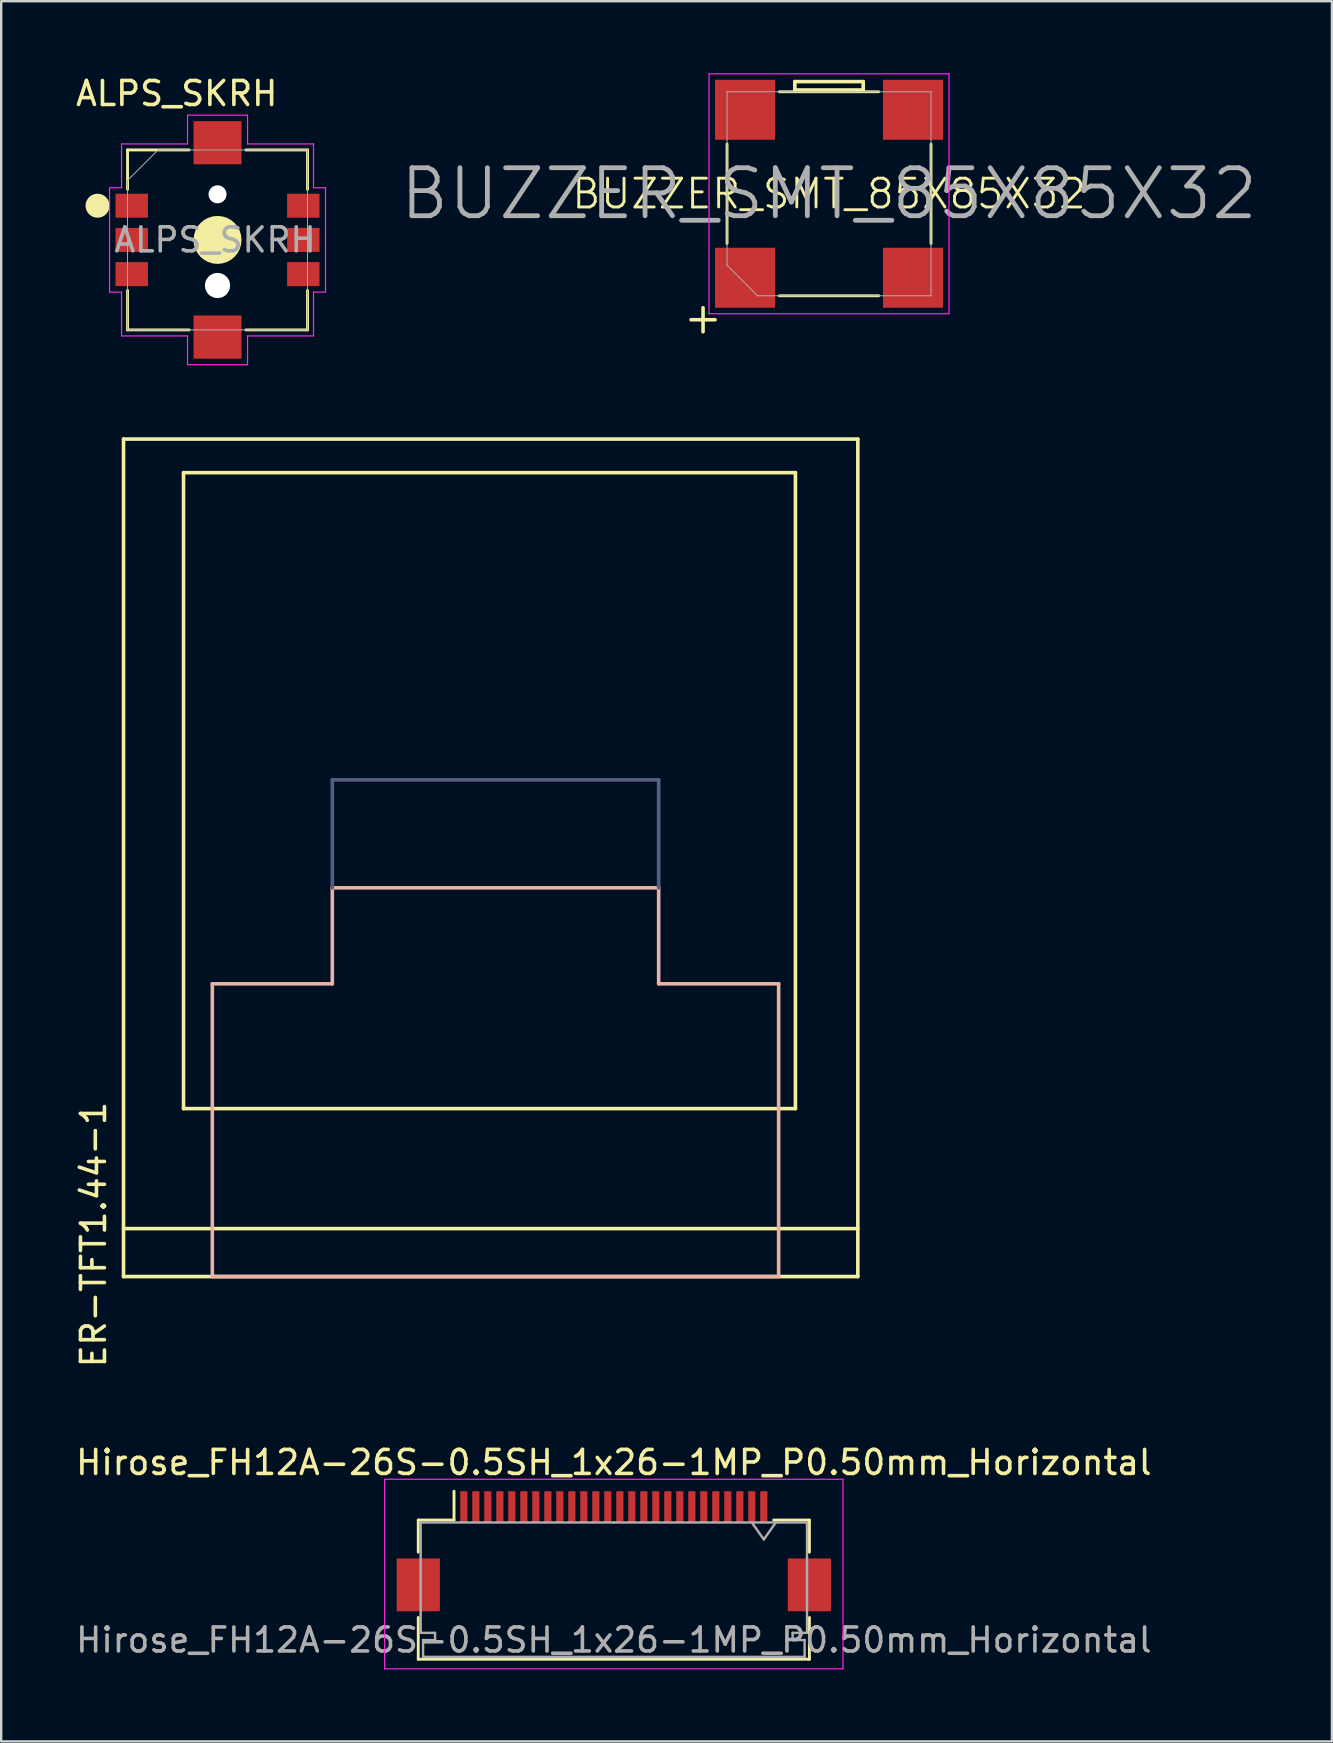
<source format=kicad_pcb>
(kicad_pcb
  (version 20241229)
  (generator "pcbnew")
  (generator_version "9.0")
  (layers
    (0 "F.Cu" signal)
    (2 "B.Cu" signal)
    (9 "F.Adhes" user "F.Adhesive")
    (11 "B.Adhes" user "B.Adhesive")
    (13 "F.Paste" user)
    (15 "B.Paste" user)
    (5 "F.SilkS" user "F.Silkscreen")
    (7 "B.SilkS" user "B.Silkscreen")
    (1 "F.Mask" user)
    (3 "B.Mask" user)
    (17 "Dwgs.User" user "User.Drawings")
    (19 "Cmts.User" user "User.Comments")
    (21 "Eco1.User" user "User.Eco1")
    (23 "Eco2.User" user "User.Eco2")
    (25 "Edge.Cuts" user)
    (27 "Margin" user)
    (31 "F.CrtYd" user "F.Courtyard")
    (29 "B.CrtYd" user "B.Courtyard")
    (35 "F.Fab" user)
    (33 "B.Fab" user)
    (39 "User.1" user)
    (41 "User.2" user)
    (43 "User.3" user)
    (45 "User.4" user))
  (footprint "ER-TFT1.44-1"
    (layer "F.Cu")
    (at 17.098 30.148)
    (property "Reference" "ER-TFT1.44-1" (at -16.25 18.25 90) (layer "F.SilkS") (effects (font (size 1 1) (thickness 0.15))))
    (attr exclude_from_pos_files exclude_from_bom)
    (fp_line (start -15 -14.9) (end -15 20) (stroke (width 0.15) (type solid)) (layer "F.SilkS"))
    (fp_line (start -15 18) (end 15.6 18) (stroke (width 0.15) (type solid)) (layer "F.SilkS"))
    (fp_line (start -15 20) (end 15.6 20) (stroke (width 0.15) (type solid)) (layer "F.SilkS"))
    (fp_line (start -12.5 -13.5) (end -12.5 13) (stroke (width 0.15) (type solid)) (layer "F.SilkS"))
    (fp_line (start -12.5 13) (end 13 13) (stroke (width 0.15) (type solid)) (layer "F.SilkS"))
    (fp_line (start 13 -13.5) (end -12.5 -13.5) (stroke (width 0.15) (type solid)) (layer "F.SilkS"))
    (fp_line (start 13 13) (end 13 -13.5) (stroke (width 0.15) (type solid)) (layer "F.SilkS"))
    (fp_line (start 15.6 -14.9) (end -15 -14.9) (stroke (width 0.15) (type solid)) (layer "F.SilkS"))
    (fp_line (start 15.6 20) (end 15.6 -14.9) (stroke (width 0.15) (type solid)) (layer "F.SilkS"))
    (fp_line (start -11.3 7.8) (end -6.3 7.8) (stroke (width 0.15) (type solid)) (layer "B.SilkS"))
    (fp_line (start -11.3 20) (end -11.3 7.8) (stroke (width 0.15) (type solid)) (layer "B.SilkS"))
    (fp_line (start -6.3 3.8) (end 7.3 3.8) (stroke (width 0.15) (type solid)) (layer "B.SilkS"))
    (fp_line (start -6.3 7.8) (end -6.3 3.8) (stroke (width 0.15) (type solid)) (layer "B.SilkS"))
    (fp_line (start 7.3 3.8) (end 7.3 7.8) (stroke (width 0.15) (type solid)) (layer "B.SilkS"))
    (fp_line (start 7.3 7.8) (end 12.3 7.8) (stroke (width 0.15) (type solid)) (layer "B.SilkS"))
    (fp_line (start 12.3 7.8) (end 12.3 20) (stroke (width 0.15) (type solid)) (layer "B.SilkS"))
    (fp_line (start 12.3 20) (end -11.3 20) (stroke (width 0.15) (type solid)) (layer "B.SilkS"))
    (fp_line (start -6.3 -0.7) (end 7.3 -0.7) (stroke (width 0.15) (type solid)) (layer "B.Fab"))
    (fp_line (start -6.3 3.8) (end -6.3 -0.7) (stroke (width 0.15) (type solid)) (layer "B.Fab"))
    (fp_line (start 7.3 -0.7) (end 7.3 3.8) (stroke (width 0.15) (type solid)) (layer "B.Fab")))
  (footprint "BUZZER_SMT_85X85X32"
    (layer "F.Cu")
    (at 31.498 5.025)
    (property "Reference" "BUZZER_SMT_85X85X32" (at 0 0 0) (layer "F.SilkS") (effects (font (size 1.2 1.2) (thickness 0.12))))
    (attr smd)
    (fp_line (start -5.25 4.75) (end -5.25 5.75) (stroke (width 0.15) (type solid)) (layer "F.SilkS"))
    (fp_line (start -4.75 5.25) (end -5.75 5.25) (stroke (width 0.15) (type solid)) (layer "F.SilkS"))
    (fp_line (start -4.25 2.07) (end -4.25 -2.07) (stroke (width 0.12) (type solid)) (layer "F.SilkS"))
    (fp_line (start -2.07 -4.25) (end 2.07 -4.25) (stroke (width 0.12) (type solid)) (layer "F.SilkS"))
    (fp_line (start -2.07 4.25) (end 2.07 4.25) (stroke (width 0.12) (type solid)) (layer "F.SilkS"))
    (fp_line (start -1.425 -4.675) (end 1.425 -4.675) (stroke (width 0.15) (type solid)) (layer "F.SilkS"))
    (fp_line (start -1.425 -4.325) (end -1.425 -4.675) (stroke (width 0.15) (type solid)) (layer "F.SilkS"))
    (fp_line (start 1.425 -4.675) (end 1.425 -4.325) (stroke (width 0.15) (type solid)) (layer "F.SilkS"))
    (fp_line (start 1.425 -4.325) (end -1.425 -4.325) (stroke (width 0.15) (type solid)) (layer "F.SilkS"))
    (fp_line (start 4.25 2.07) (end 4.25 -2.07) (stroke (width 0.12) (type solid)) (layer "F.SilkS"))
    (fp_line (start -5 -5) (end -5 5) (stroke (width 0.05) (type solid)) (layer "F.CrtYd"))
    (fp_line (start -5 5) (end 5 5) (stroke (width 0.05) (type solid)) (layer "F.CrtYd"))
    (fp_line (start 5 -5) (end -5 -5) (stroke (width 0.05) (type solid)) (layer "F.CrtYd"))
    (fp_line (start 5 5) (end 5 -5) (stroke (width 0.05) (type solid)) (layer "F.CrtYd"))
    (fp_line (start -4.25 -4.25) (end 4.25 -4.25) (stroke (width 0.04) (type solid)) (layer "F.Fab"))
    (fp_line (start -4.25 2.98) (end -4.25 -4.25) (stroke (width 0.04) (type solid)) (layer "F.Fab"))
    (fp_line (start -2.98 4.25) (end -4.25 2.98) (stroke (width 0.04) (type solid)) (layer "F.Fab"))
    (fp_line (start 4.25 -4.25) (end 4.25 4.25) (stroke (width 0.04) (type solid)) (layer "F.Fab"))
    (fp_line (start 4.25 4.25) (end -2.98 4.25) (stroke (width 0.04) (type solid)) (layer "F.Fab"))
    (fp_text user "${REFERENCE}" (at 0 0 0) (layer "F.Fab") (effects (font (size 2 2) (thickness 0.2))))
    (pad "1" smd rect (at -3.5 3.5) (size 2.5 2.5) (layers "F.Cu" "F.Mask" "F.Paste"))
    (pad "2" smd rect (at 3.5 3.5) (size 2.5 2.5) (layers "F.Cu" "F.Mask" "F.Paste"))
    (pad "NC1" smd rect (at 3.5 -3.5) (size 2.5 2.5) (layers "F.Cu" "F.Mask" "F.Paste"))
    (pad "NC2" smd rect (at -3.5 -3.5) (size 2.5 2.5) (layers "F.Cu" "F.Mask" "F.Paste")))
  (footprint "Hirose_FH12A-26S-0.5SH_1x26-1MP_P0.50mm_Horizontal"
    (layer "F.Cu")
    (at 22.53 61.595)
    (property "Reference" "Hirose_FH12A-26S-0.5SH_1x26-1MP_P0.50mm_Horizontal" (at 0 -3.7 0) (layer "F.SilkS") (effects (font (size 1 1) (thickness 0.15))))
    (attr smd)
    (fp_line (start -8.15 -1.3) (end -8.15 0.04) (stroke (width 0.12) (type solid)) (layer "F.SilkS"))
    (fp_line (start -8.15 2.76) (end -8.15 4.5) (stroke (width 0.12) (type solid)) (layer "F.SilkS"))
    (fp_line (start -8.15 4.5) (end 8.15 4.5) (stroke (width 0.12) (type solid)) (layer "F.SilkS"))
    (fp_line (start -6.66 -1.3) (end -8.15 -1.3) (stroke (width 0.12) (type solid)) (layer "F.SilkS"))
    (fp_line (start -6.66 -1.3) (end -6.66 -2.5) (stroke (width 0.12) (type solid)) (layer "F.SilkS"))
    (fp_line (start 6.66 -1.3) (end 8.15 -1.3) (stroke (width 0.12) (type solid)) (layer "F.SilkS"))
    (fp_line (start 8.15 -1.3) (end 8.15 0.04) (stroke (width 0.12) (type solid)) (layer "F.SilkS"))
    (fp_line (start 8.15 4.5) (end 8.15 2.76) (stroke (width 0.12) (type solid)) (layer "F.SilkS"))
    (fp_line (start -9.55 -3) (end -9.55 4.9) (stroke (width 0.05) (type solid)) (layer "F.CrtYd"))
    (fp_line (start -9.55 4.9) (end 9.55 4.9) (stroke (width 0.05) (type solid)) (layer "F.CrtYd"))
    (fp_line (start 9.55 -3) (end -9.55 -3) (stroke (width 0.05) (type solid)) (layer "F.CrtYd"))
    (fp_line (start 9.55 4.9) (end 9.55 -3) (stroke (width 0.05) (type solid)) (layer "F.CrtYd"))
    (fp_line (start -8.05 -1.2) (end -8.05 3.4) (stroke (width 0.1) (type solid)) (layer "F.Fab"))
    (fp_line (start -8.05 3.4) (end -7.45 3.4) (stroke (width 0.1) (type solid)) (layer "F.Fab"))
    (fp_line (start -7.95 3.7) (end -7.95 4.4) (stroke (width 0.1) (type solid)) (layer "F.Fab"))
    (fp_line (start -7.95 4.4) (end 0 4.4) (stroke (width 0.1) (type solid)) (layer "F.Fab"))
    (fp_line (start -7.45 3.4) (end -7.45 3.7) (stroke (width 0.1) (type solid)) (layer "F.Fab"))
    (fp_line (start -7.45 3.7) (end -7.95 3.7) (stroke (width 0.1) (type solid)) (layer "F.Fab"))
    (fp_line (start 0 -1.2) (end -8.05 -1.2) (stroke (width 0.1) (type solid)) (layer "F.Fab"))
    (fp_line (start 0 -1.2) (end 8.05 -1.2) (stroke (width 0.1) (type solid)) (layer "F.Fab"))
    (fp_line (start 5.75 -1.2) (end 6.25 -0.493) (stroke (width 0.1) (type solid)) (layer "F.Fab"))
    (fp_line (start 6.25 -0.493) (end 6.75 -1.2) (stroke (width 0.1) (type solid)) (layer "F.Fab"))
    (fp_line (start 7.45 3.4) (end 7.45 3.7) (stroke (width 0.1) (type solid)) (layer "F.Fab"))
    (fp_line (start 7.45 3.7) (end 7.95 3.7) (stroke (width 0.1) (type solid)) (layer "F.Fab"))
    (fp_line (start 7.95 3.7) (end 7.95 4.4) (stroke (width 0.1) (type solid)) (layer "F.Fab"))
    (fp_line (start 7.95 4.4) (end 0 4.4) (stroke (width 0.1) (type solid)) (layer "F.Fab"))
    (fp_line (start 8.05 -1.2) (end 8.05 3.4) (stroke (width 0.1) (type solid)) (layer "F.Fab"))
    (fp_line (start 8.05 3.4) (end 7.45 3.4) (stroke (width 0.1) (type solid)) (layer "F.Fab"))
    (fp_text user "${REFERENCE}" (at 0 3.7 0) (layer "F.Fab") (effects (font (size 1 1) (thickness 0.15))))
    (pad "1" smd rect (at 6.25 -1.85) (size 0.3 1.3) (layers "F.Cu" "F.Mask" "F.Paste"))
    (pad "2" smd rect (at 5.75 -1.85) (size 0.3 1.3) (layers "F.Cu" "F.Mask" "F.Paste"))
    (pad "3" smd rect (at 5.25 -1.85) (size 0.3 1.3) (layers "F.Cu" "F.Mask" "F.Paste"))
    (pad "4" smd rect (at 4.75 -1.85) (size 0.3 1.3) (layers "F.Cu" "F.Mask" "F.Paste"))
    (pad "5" smd rect (at 4.25 -1.85) (size 0.3 1.3) (layers "F.Cu" "F.Mask" "F.Paste"))
    (pad "6" smd rect (at 3.75 -1.85) (size 0.3 1.3) (layers "F.Cu" "F.Mask" "F.Paste"))
    (pad "7" smd rect (at 3.25 -1.85) (size 0.3 1.3) (layers "F.Cu" "F.Mask" "F.Paste"))
    (pad "8" smd rect (at 2.75 -1.85) (size 0.3 1.3) (layers "F.Cu" "F.Mask" "F.Paste"))
    (pad "9" smd rect (at 2.25 -1.85) (size 0.3 1.3) (layers "F.Cu" "F.Mask" "F.Paste"))
    (pad "10" smd rect (at 1.75 -1.85) (size 0.3 1.3) (layers "F.Cu" "F.Mask" "F.Paste"))
    (pad "11" smd rect (at 1.25 -1.85) (size 0.3 1.3) (layers "F.Cu" "F.Mask" "F.Paste"))
    (pad "12" smd rect (at 0.75 -1.85) (size 0.3 1.3) (layers "F.Cu" "F.Mask" "F.Paste"))
    (pad "13" smd rect (at 0.25 -1.85) (size 0.3 1.3) (layers "F.Cu" "F.Mask" "F.Paste"))
    (pad "14" smd rect (at -0.25 -1.85) (size 0.3 1.3) (layers "F.Cu" "F.Mask" "F.Paste"))
    (pad "15" smd rect (at -0.75 -1.85) (size 0.3 1.3) (layers "F.Cu" "F.Mask" "F.Paste"))
    (pad "16" smd rect (at -1.25 -1.85) (size 0.3 1.3) (layers "F.Cu" "F.Mask" "F.Paste"))
    (pad "17" smd rect (at -1.75 -1.85) (size 0.3 1.3) (layers "F.Cu" "F.Mask" "F.Paste"))
    (pad "18" smd rect (at -2.25 -1.85) (size 0.3 1.3) (layers "F.Cu" "F.Mask" "F.Paste"))
    (pad "19" smd rect (at -2.75 -1.85) (size 0.3 1.3) (layers "F.Cu" "F.Mask" "F.Paste"))
    (pad "20" smd rect (at -3.25 -1.85) (size 0.3 1.3) (layers "F.Cu" "F.Mask" "F.Paste"))
    (pad "21" smd rect (at -3.75 -1.85) (size 0.3 1.3) (layers "F.Cu" "F.Mask" "F.Paste"))
    (pad "22" smd rect (at -4.25 -1.85) (size 0.3 1.3) (layers "F.Cu" "F.Mask" "F.Paste"))
    (pad "23" smd rect (at -4.75 -1.85) (size 0.3 1.3) (layers "F.Cu" "F.Mask" "F.Paste"))
    (pad "24" smd rect (at -5.25 -1.85) (size 0.3 1.3) (layers "F.Cu" "F.Mask" "F.Paste"))
    (pad "25" smd rect (at -5.75 -1.85) (size 0.3 1.3) (layers "F.Cu" "F.Mask" "F.Paste"))
    (pad "26" smd rect (at -6.25 -1.85) (size 0.3 1.3) (layers "F.Cu" "F.Mask" "F.Paste"))
    (pad "MP" smd rect (at -8.15 1.4) (size 1.8 2.2) (layers "F.Cu" "F.Mask" "F.Paste"))
    (pad "MP" smd rect (at 8.15 1.4) (size 1.8 2.2) (layers "F.Cu" "F.Mask" "F.Paste")))
  (footprint "ALPS_SKRH"
    (layer "F.Cu")
    (at 6.015 6.948)
    (property "Reference" "ALPS_SKRH" (at -1.7 -6.1 0) (layer "F.SilkS") (effects (font (size 1 1) (thickness 0.15))))
    (attr smd)
    (fp_line (start -3.75 -3.75) (end -1.18 -3.75) (stroke (width 0.12) (type solid)) (layer "F.SilkS"))
    (fp_line (start -3.75 -2.105) (end -3.75 -3.75) (stroke (width 0.12) (type solid)) (layer "F.SilkS"))
    (fp_line (start -3.75 3.75) (end -3.75 2.105) (stroke (width 0.12) (type solid)) (layer "F.SilkS"))
    (fp_line (start -1.18 3.75) (end -3.75 3.75) (stroke (width 0.12) (type solid)) (layer "F.SilkS"))
    (fp_line (start 1.18 -3.75) (end 3.75 -3.75) (stroke (width 0.12) (type solid)) (layer "F.SilkS"))
    (fp_line (start 3.75 -3.75) (end 3.75 -2.105) (stroke (width 0.12) (type solid)) (layer "F.SilkS"))
    (fp_line (start 3.75 2.105) (end 3.75 3.75) (stroke (width 0.12) (type solid)) (layer "F.SilkS"))
    (fp_line (start 3.75 3.75) (end 1.18 3.75) (stroke (width 0.12) (type solid)) (layer "F.SilkS"))
    (fp_circle (center -5 -1.425) (end -5 -1.175) (stroke (width 0.5) (type solid)) (fill no) (layer "F.SilkS"))
    (fp_circle (center 0 0) (end 0 0.5) (stroke (width 1) (type solid)) (fill no) (layer "F.SilkS"))
    (fp_line (start -4.5 -2.175) (end -4.5 2.175) (stroke (width 0.05) (type solid)) (layer "F.CrtYd"))
    (fp_line (start -4.5 2.175) (end -4 2.175) (stroke (width 0.05) (type solid)) (layer "F.CrtYd"))
    (fp_line (start -4 -4) (end -4 -2.175) (stroke (width 0.05) (type solid)) (layer "F.CrtYd"))
    (fp_line (start -4 -2.175) (end -4.5 -2.175) (stroke (width 0.05) (type solid)) (layer "F.CrtYd"))
    (fp_line (start -4 2.175) (end -4 4) (stroke (width 0.05) (type solid)) (layer "F.CrtYd"))
    (fp_line (start -4 4) (end -1.25 4) (stroke (width 0.05) (type solid)) (layer "F.CrtYd"))
    (fp_line (start -1.25 -5.2) (end -1.25 -4) (stroke (width 0.05) (type solid)) (layer "F.CrtYd"))
    (fp_line (start -1.25 -4) (end -4 -4) (stroke (width 0.05) (type solid)) (layer "F.CrtYd"))
    (fp_line (start -1.25 4) (end -1.25 5.2) (stroke (width 0.05) (type solid)) (layer "F.CrtYd"))
    (fp_line (start -1.25 5.2) (end 1.25 5.2) (stroke (width 0.05) (type solid)) (layer "F.CrtYd"))
    (fp_line (start 1.25 -5.2) (end -1.25 -5.2) (stroke (width 0.05) (type solid)) (layer "F.CrtYd"))
    (fp_line (start 1.25 -4) (end 1.25 -5.2) (stroke (width 0.05) (type solid)) (layer "F.CrtYd"))
    (fp_line (start 1.25 4) (end 4 4) (stroke (width 0.05) (type solid)) (layer "F.CrtYd"))
    (fp_line (start 1.25 5.2) (end 1.25 4) (stroke (width 0.05) (type solid)) (layer "F.CrtYd"))
    (fp_line (start 4 -4) (end 1.25 -4) (stroke (width 0.05) (type solid)) (layer "F.CrtYd"))
    (fp_line (start 4 -2.175) (end 4 -4) (stroke (width 0.05) (type solid)) (layer "F.CrtYd"))
    (fp_line (start 4 2.175) (end 4.5 2.175) (stroke (width 0.05) (type solid)) (layer "F.CrtYd"))
    (fp_line (start 4 4) (end 4 2.175) (stroke (width 0.05) (type solid)) (layer "F.CrtYd"))
    (fp_line (start 4.5 -2.175) (end 4 -2.175) (stroke (width 0.05) (type solid)) (layer "F.CrtYd"))
    (fp_line (start 4.5 2.175) (end 4.5 -2.175) (stroke (width 0.05) (type solid)) (layer "F.CrtYd"))
    (fp_line (start -3.75 -2.48) (end -2.48 -3.75) (stroke (width 0.04) (type solid)) (layer "F.Fab"))
    (fp_line (start -3.75 3.75) (end -3.75 -2.48) (stroke (width 0.04) (type solid)) (layer "F.Fab"))
    (fp_line (start -2.48 -3.75) (end 3.75 -3.75) (stroke (width 0.04) (type solid)) (layer "F.Fab"))
    (fp_line (start 3.75 -3.75) (end 3.75 3.75) (stroke (width 0.04) (type solid)) (layer "F.Fab"))
    (fp_line (start 3.75 3.75) (end -3.75 3.75) (stroke (width 0.04) (type solid)) (layer "F.Fab"))
    (fp_text user "${REFERENCE}" (at -0.1 0 0) (layer "F.Fab") (effects (font (size 1 1) (thickness 0.15))))
    (pad "" smd rect (at 0 -4.05) (size 2 1.8) (layers "F.Cu" "F.Mask" "F.Paste"))
    (pad "" np_thru_hole circle (at 0 -1.9) (size 0.75 0.75) (drill 0.75) (layers "*.Cu" "*.Mask"))
    (pad "" np_thru_hole circle (at 0 1.9) (size 1.05 1.05) (drill 1.05) (layers "*.Cu" "*.Mask"))
    (pad "" smd rect (at 0 4.05) (size 2 1.8) (layers "F.Cu" "F.Mask" "F.Paste"))
    (pad "1" smd rect (at -3.575 -1.425) (size 1.35 1) (layers "F.Cu" "F.Mask" "F.Paste"))
    (pad "2" smd rect (at -3.575 0) (size 1.35 1) (layers "F.Cu" "F.Mask" "F.Paste"))
    (pad "3" smd rect (at -3.575 1.425) (size 1.35 1) (layers "F.Cu" "F.Mask" "F.Paste"))
    (pad "4" smd rect (at 3.575 -1.425) (size 1.35 1) (layers "F.Cu" "F.Mask" "F.Paste"))
    (pad "5" smd rect (at 3.575 0) (size 1.35 1) (layers "F.Cu" "F.Mask" "F.Paste"))
    (pad "6" smd rect (at 3.575 1.425) (size 1.35 1) (layers "F.Cu" "F.Mask" "F.Paste")))
  (gr_rect
    (start -3 -3)
    (end 52.455 69.52)
    (stroke (width 0.1) (type default))
    (fill no)
    (layer "Edge.Cuts")))
</source>
